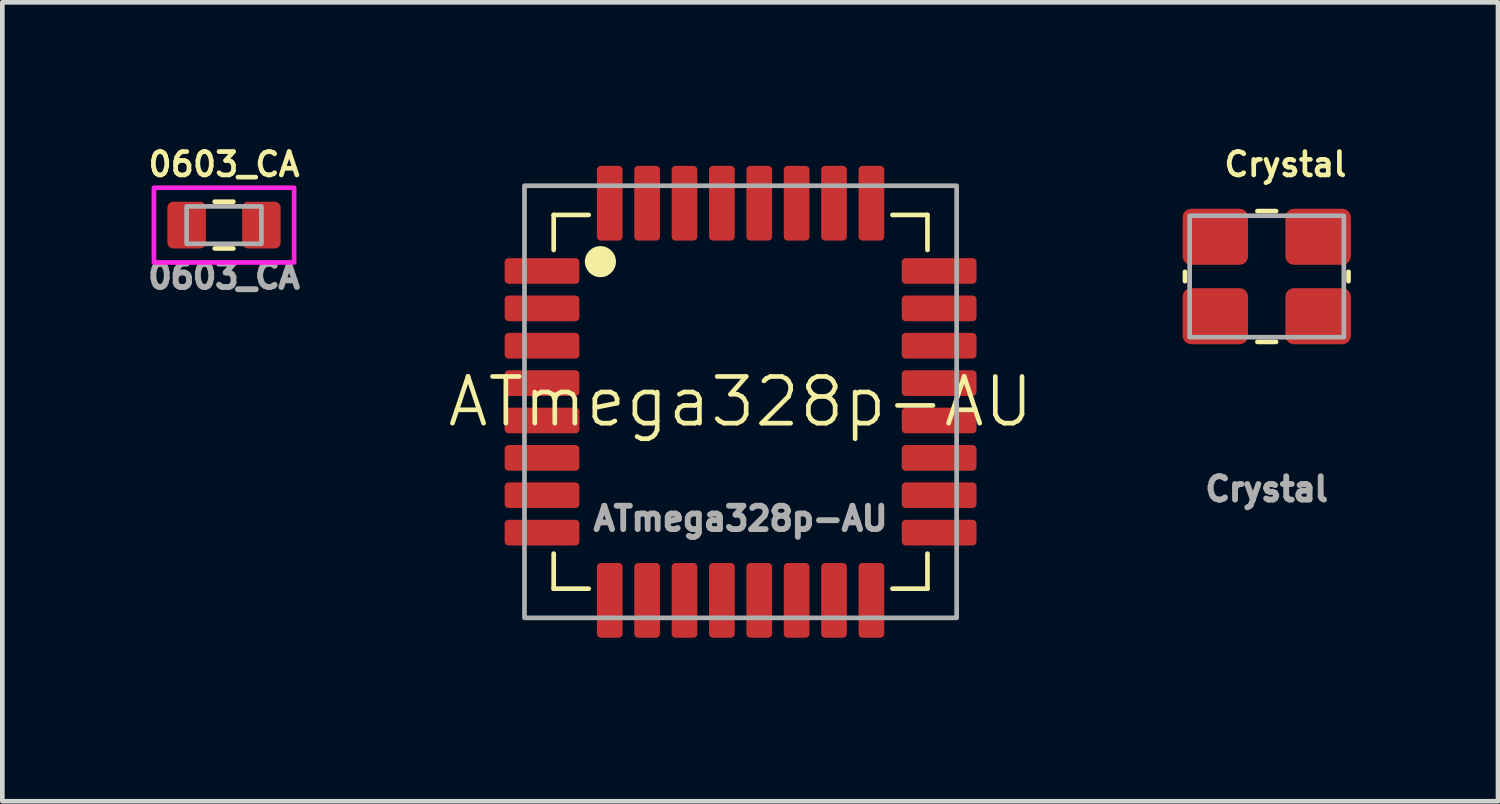
<source format=kicad_pcb>
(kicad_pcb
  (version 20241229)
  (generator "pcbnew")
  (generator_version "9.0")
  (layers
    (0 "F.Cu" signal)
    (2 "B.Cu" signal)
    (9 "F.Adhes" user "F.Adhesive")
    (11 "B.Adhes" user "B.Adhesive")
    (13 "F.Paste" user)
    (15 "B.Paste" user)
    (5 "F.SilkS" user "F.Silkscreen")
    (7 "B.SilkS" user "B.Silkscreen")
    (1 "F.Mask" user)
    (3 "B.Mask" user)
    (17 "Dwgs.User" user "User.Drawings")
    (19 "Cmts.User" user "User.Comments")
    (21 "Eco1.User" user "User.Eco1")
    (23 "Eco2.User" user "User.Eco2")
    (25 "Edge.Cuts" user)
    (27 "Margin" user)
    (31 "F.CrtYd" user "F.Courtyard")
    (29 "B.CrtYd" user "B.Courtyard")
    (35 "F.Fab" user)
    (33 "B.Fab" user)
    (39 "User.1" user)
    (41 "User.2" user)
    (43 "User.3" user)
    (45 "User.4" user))
  (footprint "Crystal"
    (layer "F.Cu")
    (at 24.063 2.868)
    (property "Reference" "Crystal" (at 0.4 -2.4 0) (unlocked yes) (layer "F.SilkS") (effects (font (size 0.5 0.5) (thickness 0.1))))
    (attr smd)
    (fp_line (start -1.75 -0.1) (end -1.75 0.1) (stroke (width 0.1) (type default)) (layer "F.SilkS"))
    (fp_line (start -0.2 -1.4) (end 0.2 -1.4) (stroke (width 0.1) (type default)) (layer "F.SilkS"))
    (fp_line (start -0.2 1.4) (end 0.2 1.4) (stroke (width 0.1) (type default)) (layer "F.SilkS"))
    (fp_line (start 1.75 -0.1) (end 1.75 0.1) (stroke (width 0.1) (type default)) (layer "F.SilkS"))
    (fp_rect (start -1.9 -1.6) (end 1.9 1.6) (stroke (width 0.1) (type default)) (fill no) (layer "Margin"))
    (fp_rect (start -1.65 -1.3) (end 1.65 1.3) (stroke (width 0.1) (type solid)) (fill no) (layer "F.Fab"))
    (fp_text user "${REFERENCE}" (at 0 4.55 0) (unlocked yes) (layer "F.Fab") (effects (font (size 0.5 0.5) (thickness 0.125))))
    (pad "1" smd roundrect (at -1.1 -0.85) (size 1.4 1.2) (layers "F.Cu" "F.Mask" "F.Paste") (roundrect_rratio 0.15))
    (pad "2" smd roundrect (at 1.1 -0.85) (size 1.4 1.2) (layers "F.Cu" "F.Mask" "F.Paste") (roundrect_rratio 0.15))
    (pad "3" smd roundrect (at 1.1 0.85) (size 1.4 1.2) (layers "F.Cu" "F.Mask" "F.Paste") (roundrect_rratio 0.15))
    (pad "4" smd roundrect (at -1.1 0.85) (size 1.4 1.2) (layers "F.Cu" "F.Mask" "F.Paste") (roundrect_rratio 0.15)))
  (footprint "ATmega328p-AU"
    (layer "F.Cu")
    (at 12.801 5.55)
    (property "Reference" "ATmega328p-AU" (at 0 0 0) (unlocked yes) (layer "F.SilkS") (effects (font (size 1 1) (thickness 0.1))))
    (attr smd)
    (fp_line (start -4 -4) (end -3.25 -4) (stroke (width 0.1) (type default)) (layer "F.SilkS"))
    (fp_line (start -4 -3.25) (end -4 -4) (stroke (width 0.1) (type default)) (layer "F.SilkS"))
    (fp_line (start -4 4) (end -4 3.25) (stroke (width 0.1) (type default)) (layer "F.SilkS"))
    (fp_line (start -3.25 4) (end -4 4) (stroke (width 0.1) (type default)) (layer "F.SilkS"))
    (fp_line (start 3.25 -4) (end 4 -4) (stroke (width 0.1) (type default)) (layer "F.SilkS"))
    (fp_line (start 4 -4) (end 4 -3.25) (stroke (width 0.1) (type default)) (layer "F.SilkS"))
    (fp_line (start 4 3.25) (end 4 4) (stroke (width 0.1) (type default)) (layer "F.SilkS"))
    (fp_line (start 4 4) (end 3.25 4) (stroke (width 0.1) (type default)) (layer "F.SilkS"))
    (fp_circle (center -3 -3) (end -2.8 -2.8) (stroke (width 0.1) (type solid)) (fill yes) (layer "F.SilkS"))
    (fp_rect (start -5.5 -5.5) (end 5.5 5.5) (stroke (width 0.1) (type default)) (fill no) (layer "Margin"))
    (fp_rect (start -4.625 -4.625) (end 4.625 4.625) (stroke (width 0.1) (type solid)) (fill no) (layer "F.Fab"))
    (fp_text user "${REFERENCE}" (at 0 2.5 0) (unlocked yes) (layer "F.Fab") (effects (font (size 0.5 0.5) (thickness 0.125))))
    (pad "1" smd roundrect (at -4.25 -2.8) (size 1.6 0.55) (layers "F.Cu" "F.Mask" "F.Paste") (roundrect_rratio 0.15))
    (pad "2" smd roundrect (at -4.25 -2) (size 1.6 0.55) (layers "F.Cu" "F.Mask" "F.Paste") (roundrect_rratio 0.15))
    (pad "3" smd roundrect (at -4.25 -1.2) (size 1.6 0.55) (layers "F.Cu" "F.Mask" "F.Paste") (roundrect_rratio 0.15))
    (pad "4" smd roundrect (at -4.25 -0.4) (size 1.6 0.55) (layers "F.Cu" "F.Mask" "F.Paste") (roundrect_rratio 0.15))
    (pad "5" smd roundrect (at -4.25 0.4) (size 1.6 0.55) (layers "F.Cu" "F.Mask" "F.Paste") (roundrect_rratio 0.15))
    (pad "6" smd roundrect (at -4.25 1.2) (size 1.6 0.55) (layers "F.Cu" "F.Mask" "F.Paste") (roundrect_rratio 0.15))
    (pad "7" smd roundrect (at -4.25 2) (size 1.6 0.55) (layers "F.Cu" "F.Mask" "F.Paste") (roundrect_rratio 0.15))
    (pad "8" smd roundrect (at -4.25 2.8) (size 1.6 0.55) (layers "F.Cu" "F.Mask" "F.Paste") (roundrect_rratio 0.15))
    (pad "9" smd roundrect (at -2.8 4.25 90) (size 1.6 0.55) (layers "F.Cu" "F.Mask" "F.Paste") (roundrect_rratio 0.15))
    (pad "10" smd roundrect (at -2 4.25 90) (size 1.6 0.55) (layers "F.Cu" "F.Mask" "F.Paste") (roundrect_rratio 0.15))
    (pad "11" smd roundrect (at -1.2 4.25 90) (size 1.6 0.55) (layers "F.Cu" "F.Mask" "F.Paste") (roundrect_rratio 0.15))
    (pad "12" smd roundrect (at -0.4 4.25 90) (size 1.6 0.55) (layers "F.Cu" "F.Mask" "F.Paste") (roundrect_rratio 0.15))
    (pad "13" smd roundrect (at 0.4 4.25 90) (size 1.6 0.55) (layers "F.Cu" "F.Mask" "F.Paste") (roundrect_rratio 0.15))
    (pad "14" smd roundrect (at 1.2 4.25 90) (size 1.6 0.55) (layers "F.Cu" "F.Mask" "F.Paste") (roundrect_rratio 0.15))
    (pad "15" smd roundrect (at 2 4.25 90) (size 1.6 0.55) (layers "F.Cu" "F.Mask" "F.Paste") (roundrect_rratio 0.15))
    (pad "16" smd roundrect (at 2.8 4.25 90) (size 1.6 0.55) (layers "F.Cu" "F.Mask" "F.Paste") (roundrect_rratio 0.15))
    (pad "17" smd roundrect (at 4.25 2.8) (size 1.6 0.55) (layers "F.Cu" "F.Mask" "F.Paste") (roundrect_rratio 0.15))
    (pad "18" smd roundrect (at 4.25 2) (size 1.6 0.55) (layers "F.Cu" "F.Mask" "F.Paste") (roundrect_rratio 0.15))
    (pad "19" smd roundrect (at 4.25 1.2) (size 1.6 0.55) (layers "F.Cu" "F.Mask" "F.Paste") (roundrect_rratio 0.15))
    (pad "20" smd roundrect (at 4.25 0.4) (size 1.6 0.55) (layers "F.Cu" "F.Mask" "F.Paste") (roundrect_rratio 0.15))
    (pad "21" smd roundrect (at 4.25 -0.4) (size 1.6 0.55) (layers "F.Cu" "F.Mask" "F.Paste") (roundrect_rratio 0.15))
    (pad "22" smd roundrect (at 4.25 -1.2) (size 1.6 0.55) (layers "F.Cu" "F.Mask" "F.Paste") (roundrect_rratio 0.15))
    (pad "23" smd roundrect (at 4.25 -2) (size 1.6 0.55) (layers "F.Cu" "F.Mask" "F.Paste") (roundrect_rratio 0.15))
    (pad "24" smd roundrect (at 4.25 -2.8) (size 1.6 0.55) (layers "F.Cu" "F.Mask" "F.Paste") (roundrect_rratio 0.15))
    (pad "25" smd roundrect (at 2.8 -4.25 90) (size 1.6 0.55) (layers "F.Cu" "F.Mask" "F.Paste") (roundrect_rratio 0.15))
    (pad "26" smd roundrect (at 2 -4.25 90) (size 1.6 0.55) (layers "F.Cu" "F.Mask" "F.Paste") (roundrect_rratio 0.15))
    (pad "27" smd roundrect (at 1.2 -4.25 90) (size 1.6 0.55) (layers "F.Cu" "F.Mask" "F.Paste") (roundrect_rratio 0.15))
    (pad "28" smd roundrect (at 0.4 -4.25 90) (size 1.6 0.55) (layers "F.Cu" "F.Mask" "F.Paste") (roundrect_rratio 0.15))
    (pad "29" smd roundrect (at -0.4 -4.25 90) (size 1.6 0.55) (layers "F.Cu" "F.Mask" "F.Paste") (roundrect_rratio 0.15))
    (pad "30" smd roundrect (at -1.2 -4.25 90) (size 1.6 0.55) (layers "F.Cu" "F.Mask" "F.Paste") (roundrect_rratio 0.15))
    (pad "31" smd roundrect (at -2 -4.25 90) (size 1.6 0.55) (layers "F.Cu" "F.Mask" "F.Paste") (roundrect_rratio 0.15))
    (pad "32" smd roundrect (at -2.8 -4.25 90) (size 1.6 0.55) (layers "F.Cu" "F.Mask" "F.Paste") (roundrect_rratio 0.15)))
  (footprint "0603_CA"
    (layer "F.Cu")
    (at 1.745 1.768)
    (property "Reference" "0603_CA" (at 0 -1.3 0) (unlocked yes) (layer "F.SilkS") (effects (font (size 0.5 0.5) (thickness 0.1))))
    (attr smd)
    (fp_line (start -0.2 -0.5) (end 0.2 -0.5) (stroke (width 0.1) (type default)) (layer "F.SilkS"))
    (fp_line (start -0.2 0.5) (end 0.2 0.5) (stroke (width 0.1) (type default)) (layer "F.SilkS"))
    (fp_rect (start -1.5 -0.8) (end 1.5 0.8) (stroke (width 0.1) (type solid)) (fill no) (layer "F.CrtYd"))
    (fp_rect (start -0.8 -0.4) (end 0.8 0.4) (stroke (width 0.1) (type solid)) (fill no) (layer "F.Fab"))
    (fp_text user "${REFERENCE}" (at 0 1.1 0) (unlocked yes) (layer "F.Fab") (effects (font (size 0.5 0.5) (thickness 0.125))))
    (pad "1" smd roundrect (at -0.8 0) (size 0.825 1) (layers "F.Cu" "F.Mask" "F.Paste") (roundrect_rratio 0.15))
    (pad "2" smd roundrect (at 0.8 0) (size 0.825 1) (layers "F.Cu" "F.Mask" "F.Paste") (roundrect_rratio 0.15)))
  (gr_rect
    (start -3 -3)
    (end 29.013 14.1)
    (stroke (width 0.1) (type default))
    (fill no)
    (layer "Edge.Cuts")))
</source>
